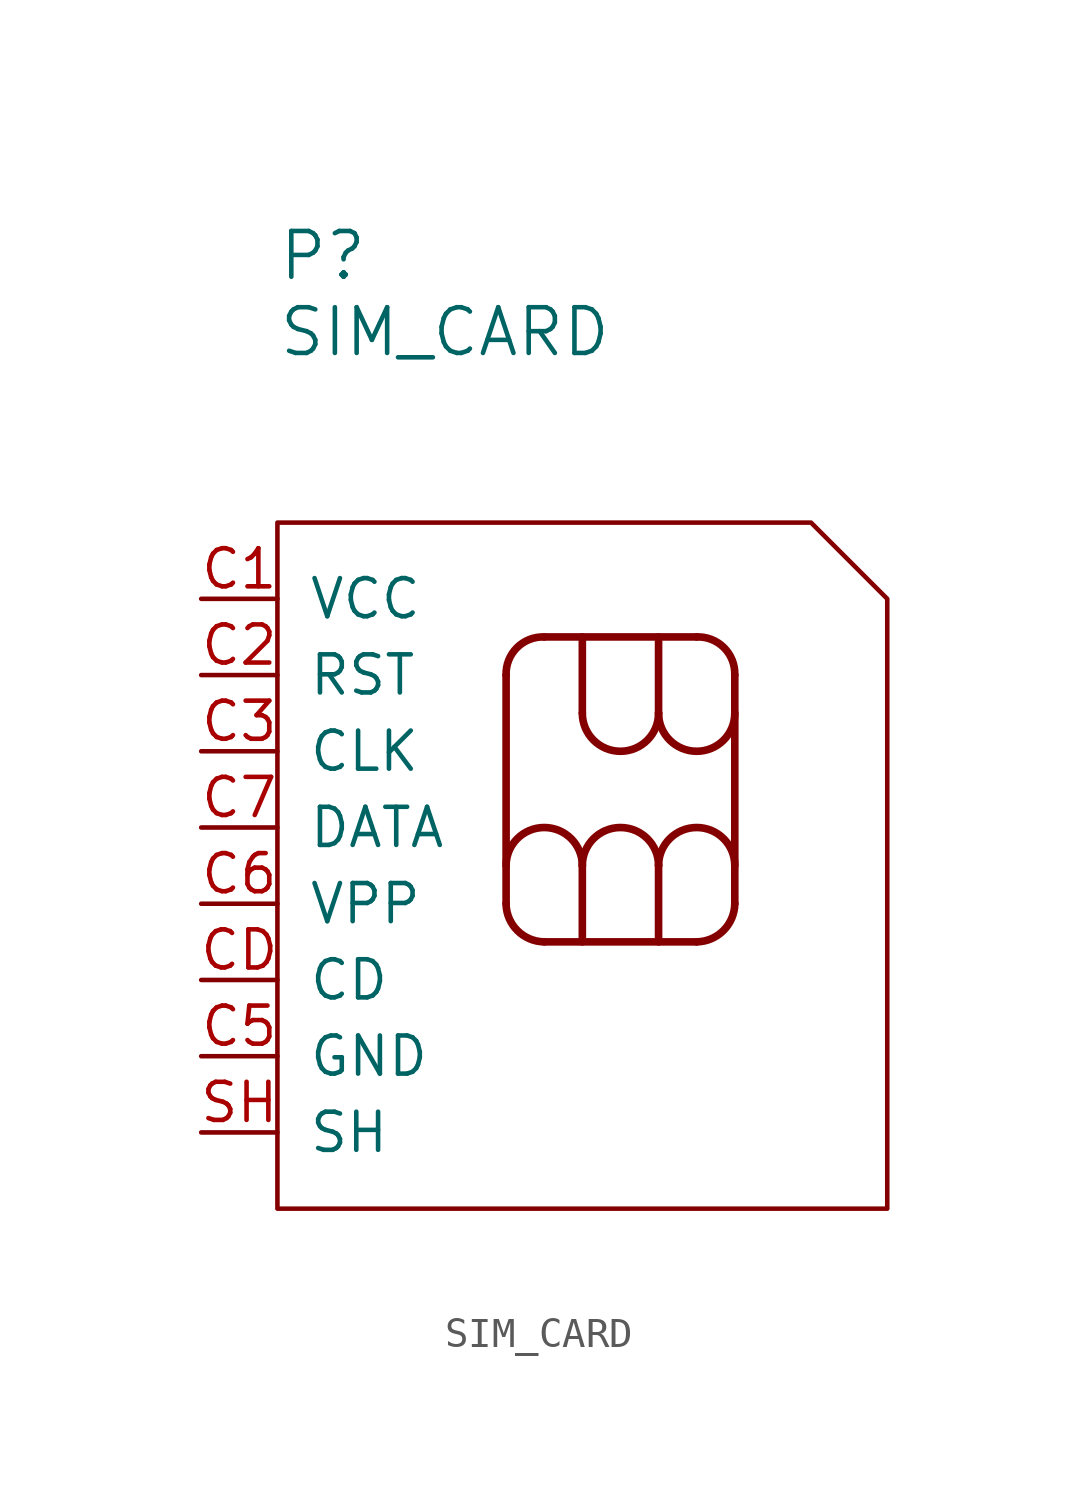
<source format=kicad_sym>
(kicad_symbol_lib
  (version 20211014)
  (generator kicad_symbol_editor)
  (symbol "SIM_CARD"
    (pin_names
      (offset 1.016))
    (property "Reference" "P"
      (at 0 8.89 0)
      (effects (font (size 1.524 1.524)) (justify left)))
    (property "Value" "SIM_CARD"
      (at 0 6.35 0)
      (effects (font (size 1.524 1.524)) (justify left)))
    (symbol "SIM_CARD_1_1"
      (polyline (pts (xy 7.62 -5.08) (xy 7.62 -12.7)) (stroke (width 0.254) (type default) (color 0 0 0 0)) (fill (type none)))
      (polyline (pts (xy 8.89 -3.81) (xy 13.97 -3.81)) (stroke (width 0.254) (type default) (color 0 0 0 0)) (fill (type none)))
      (polyline (pts (xy 10.16 -11.43) (xy 10.16 -13.97)) (stroke (width 0.254) (type default) (color 0 0 0 0)) (fill (type none)))
      (polyline (pts (xy 10.16 -3.81) (xy 10.16 -6.35)) (stroke (width 0.254) (type default) (color 0 0 0 0)) (fill (type none)))
      (polyline (pts (xy 12.7 -13.97) (xy 12.7 -11.43)) (stroke (width 0.254) (type default) (color 0 0 0 0)) (fill (type none)))
      (polyline (pts (xy 12.7 -3.81) (xy 12.7 -6.35)) (stroke (width 0.254) (type default) (color 0 0 0 0)) (fill (type none)))
      (polyline (pts (xy 13.97 -13.97) (xy 8.89 -13.97)) (stroke (width 0.254) (type default) (color 0 0 0 0)) (fill (type none)))
      (polyline (pts (xy 15.24 -5.08) (xy 15.24 -12.7)) (stroke (width 0.254) (type default) (color 0 0 0 0)) (fill (type none)))
      (polyline (pts (xy 0 0) (xy 0 -22.86) (xy 20.32 -22.86) (xy 20.32 -15.24) (xy 20.32 -2.54) (xy 17.78 0) (xy 0 0)) (stroke (width 0) (type default) (color 0 0 0 0)) (fill (type none)))
      (arc (start 7.62 -12.7) (mid 7.9973 -13.5927) (end 8.89 -13.97) (stroke (width 0.254) (type default) (color 0 0 0 0)) (fill (type none)))
      (arc (start 8.89 -3.81) (mid 7.9791 -4.1691) (end 7.62 -5.08) (stroke (width 0.254) (type default) (color 0 0 0 0)) (fill (type none)))
      (arc (start 10.16 -11.43) (mid 8.89 -10.16) (end 7.62 -11.43) (stroke (width 0.254) (type default) (color 0 0 0 0)) (fill (type none)))
      (arc (start 10.16 -6.35) (mid 11.43 -7.62) (end 12.7 -6.35) (stroke (width 0.254) (type default) (color 0 0 0 0)) (fill (type none)))
      (arc (start 12.7 -11.43) (mid 11.43 -10.16) (end 10.16 -11.43) (stroke (width 0.254) (type default) (color 0 0 0 0)) (fill (type none)))
      (arc (start 12.7 -6.35) (mid 13.97 -7.62) (end 15.24 -6.35) (stroke (width 0.254) (type default) (color 0 0 0 0)) (fill (type none)))
      (arc (start 13.97 -13.97) (mid 14.8627 -13.5927) (end 15.24 -12.7) (stroke (width 0.254) (type default) (color 0 0 0 0)) (fill (type none)))
      (arc (start 15.24 -11.43) (mid 13.97 -10.16) (end 12.7 -11.43) (stroke (width 0.254) (type default) (color 0 0 0 0)) (fill (type none)))
      (arc (start 15.24 -5.08) (mid 14.8809 -4.1691) (end 13.97 -3.81) (stroke (width 0.254) (type default) (color 0 0 0 0)) (fill (type none)))
      (pin passive line (at -2.54 -2.54 0) (length 2.54) (name "VCC" (effects (font (size 1.27 1.27)))) (number "C1" (effects (font (size 1.27 1.27)))))
      (pin passive line (at -2.54 -5.08 0) (length 2.54) (name "RST" (effects (font (size 1.27 1.27)))) (number "C2" (effects (font (size 1.27 1.27)))))
      (pin passive line (at -2.54 -7.62 0) (length 2.54) (name "CLK" (effects (font (size 1.27 1.27)))) (number "C3" (effects (font (size 1.27 1.27)))))
      (pin passive line (at -2.54 -17.78 0) (length 2.54) (name "GND" (effects (font (size 1.27 1.27)))) (number "C5" (effects (font (size 1.27 1.27)))))
      (pin passive line (at -2.54 -12.7 0) (length 2.54) (name "VPP" (effects (font (size 1.27 1.27)))) (number "C6" (effects (font (size 1.27 1.27)))))
      (pin passive line (at -2.54 -10.16 0) (length 2.54) (name "DATA" (effects (font (size 1.27 1.27)))) (number "C7" (effects (font (size 1.27 1.27)))))
      (pin passive line (at -2.54 -15.24 0) (length 2.54) (name "CD" (effects (font (size 1.27 1.27)))) (number "CD" (effects (font (size 1.27 1.27)))))
      (pin passive line (at -2.54 -20.32 0) (length 2.54) (name "SH" (effects (font (size 1.27 1.27)))) (number "SH" (effects (font (size 1.27 1.27))))))))
</source>
